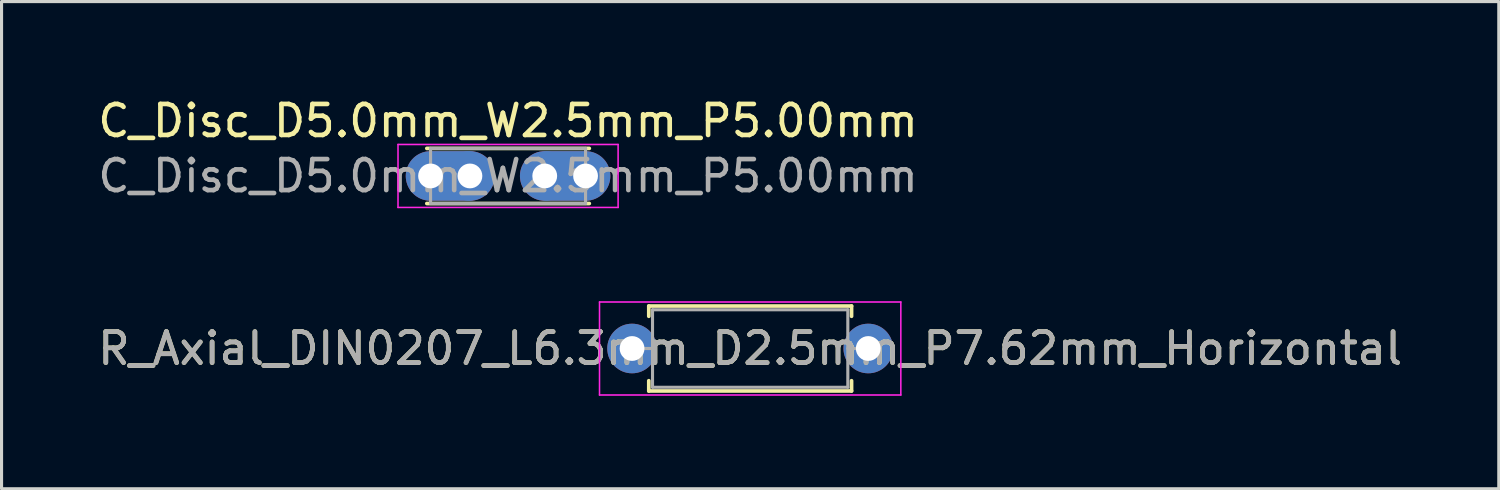
<source format=kicad_pcb>
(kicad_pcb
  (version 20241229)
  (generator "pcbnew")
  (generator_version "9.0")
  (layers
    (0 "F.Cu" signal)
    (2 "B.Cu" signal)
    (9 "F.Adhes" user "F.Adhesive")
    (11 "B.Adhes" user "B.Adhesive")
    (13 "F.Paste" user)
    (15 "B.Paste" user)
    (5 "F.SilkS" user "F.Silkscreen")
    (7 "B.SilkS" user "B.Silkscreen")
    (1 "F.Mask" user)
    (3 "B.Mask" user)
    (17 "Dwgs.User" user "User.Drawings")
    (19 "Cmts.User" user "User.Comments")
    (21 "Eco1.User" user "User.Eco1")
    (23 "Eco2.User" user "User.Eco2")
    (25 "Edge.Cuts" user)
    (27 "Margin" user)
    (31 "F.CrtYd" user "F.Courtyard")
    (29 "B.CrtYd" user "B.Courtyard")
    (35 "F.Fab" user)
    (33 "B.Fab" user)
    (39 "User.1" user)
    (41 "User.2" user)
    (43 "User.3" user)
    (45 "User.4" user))
  (footprint "R_Axial_DIN0207_L6.3mm_D2.5mm_P7.62mm_Horizontal"
    (layer "F.Cu")
    (at 17.339 8.192)
    (property "Reference" "R_Axial_DIN0207_L6.3mm_D2.5mm_P7.62mm_Horizontal" (at 3.81 0 0) (layer "F.SilkS") (effects (font (size 1 1) (thickness 0.15))))
    (attr through_hole)
    (fp_line (start 0.54 -1.37) (end 7.08 -1.37) (stroke (width 0.12) (type solid)) (layer "F.SilkS"))
    (fp_line (start 0.54 -1.04) (end 0.54 -1.37) (stroke (width 0.12) (type solid)) (layer "F.SilkS"))
    (fp_line (start 0.54 1.04) (end 0.54 1.37) (stroke (width 0.12) (type solid)) (layer "F.SilkS"))
    (fp_line (start 0.54 1.37) (end 7.08 1.37) (stroke (width 0.12) (type solid)) (layer "F.SilkS"))
    (fp_line (start 7.08 -1.37) (end 7.08 -1.04) (stroke (width 0.12) (type solid)) (layer "F.SilkS"))
    (fp_line (start 7.08 1.37) (end 7.08 1.04) (stroke (width 0.12) (type solid)) (layer "F.SilkS"))
    (fp_line (start -1.05 -1.5) (end -1.05 1.5) (stroke (width 0.05) (type solid)) (layer "F.CrtYd"))
    (fp_line (start -1.05 1.5) (end 8.67 1.5) (stroke (width 0.05) (type solid)) (layer "F.CrtYd"))
    (fp_line (start 8.67 -1.5) (end -1.05 -1.5) (stroke (width 0.05) (type solid)) (layer "F.CrtYd"))
    (fp_line (start 8.67 1.5) (end 8.67 -1.5) (stroke (width 0.05) (type solid)) (layer "F.CrtYd"))
    (fp_line (start 0 0) (end 0.66 0) (stroke (width 0.1) (type solid)) (layer "F.Fab"))
    (fp_line (start 0.66 -1.25) (end 0.66 1.25) (stroke (width 0.1) (type solid)) (layer "F.Fab"))
    (fp_line (start 0.66 1.25) (end 6.96 1.25) (stroke (width 0.1) (type solid)) (layer "F.Fab"))
    (fp_line (start 6.96 -1.25) (end 0.66 -1.25) (stroke (width 0.1) (type solid)) (layer "F.Fab"))
    (fp_line (start 6.96 1.25) (end 6.96 -1.25) (stroke (width 0.1) (type solid)) (layer "F.Fab"))
    (fp_line (start 7.62 0) (end 6.96 0) (stroke (width 0.1) (type solid)) (layer "F.Fab"))
    (fp_text user "${REFERENCE}" (at 3.81 0 0) (layer "F.Fab") (effects (font (size 1 1) (thickness 0.15))))
    (pad "1" thru_hole circle (at 0 0) (size 1.6 1.6) (drill 0.8) (layers "*.Cu" "*.Mask"))
    (pad "2" thru_hole oval (at 7.62 0) (size 1.6 1.6) (drill 0.8) (layers "*.Cu" "*.Mask")))
  (footprint "C_Disc_D5.0mm_W2.5mm_P5.00mm"
    (layer "F.Cu")
    (at 10.839 2.626)
    (property "Reference" "C_Disc_D5.0mm_W2.5mm_P5.00mm" (at 2.5 -1.778 0) (layer "F.SilkS") (effects (font (size 1 1) (thickness 0.15))))
    (attr through_hole)
    (fp_line (start -0.12 -0.889) (end 5.12 -0.889) (stroke (width 0.12) (type solid)) (layer "F.SilkS"))
    (fp_line (start -0.12 0.889) (end 5.12 0.889) (stroke (width 0.12) (type solid)) (layer "F.SilkS"))
    (fp_line (start -1.05 -1.016) (end -1.05 1.016) (stroke (width 0.05) (type solid)) (layer "F.CrtYd"))
    (fp_line (start -1.05 1.016) (end 6.05 1.016) (stroke (width 0.05) (type solid)) (layer "F.CrtYd"))
    (fp_line (start 6.05 -1.016) (end -1.05 -1.016) (stroke (width 0.05) (type solid)) (layer "F.CrtYd"))
    (fp_line (start 6.05 1.016) (end 6.05 -1.016) (stroke (width 0.05) (type solid)) (layer "F.CrtYd"))
    (fp_line (start 0 -0.889) (end 0 0.889) (stroke (width 0.1) (type solid)) (layer "F.Fab"))
    (fp_line (start 0 0.889) (end 5 0.889) (stroke (width 0.1) (type solid)) (layer "F.Fab"))
    (fp_line (start 5 -0.889) (end 0 -0.889) (stroke (width 0.1) (type solid)) (layer "F.Fab"))
    (fp_line (start 5 0.889) (end 5 -0.889) (stroke (width 0.1) (type solid)) (layer "F.Fab"))
    (fp_text user "${REFERENCE}" (at 2.5 0 0) (layer "F.Fab") (effects (font (size 1 1) (thickness 0.15))))
    (pad "1" thru_hole oval (at 0 0) (size 2.8 1.6) (drill 0.8 (offset 0.6 0)) (layers "*.Cu" "*.Mask"))
    (pad "1" thru_hole circle (at 1.27 0) (size 1.6 1.6) (drill 0.8) (layers "*.Cu" "*.Mask"))
    (pad "2" thru_hole circle (at 3.683 0) (size 1.6 1.6) (drill 0.8) (layers "*.Cu" "*.Mask"))
    (pad "2" thru_hole oval (at 5 0) (size 2.8 1.6) (drill 0.8 (offset -0.6 0)) (layers "*.Cu" "*.Mask")))
  (gr_rect
    (start -3 -3)
    (end 45.298 12.717)
    (stroke (width 0.1) (type default))
    (fill no)
    (layer "Edge.Cuts")))
</source>
